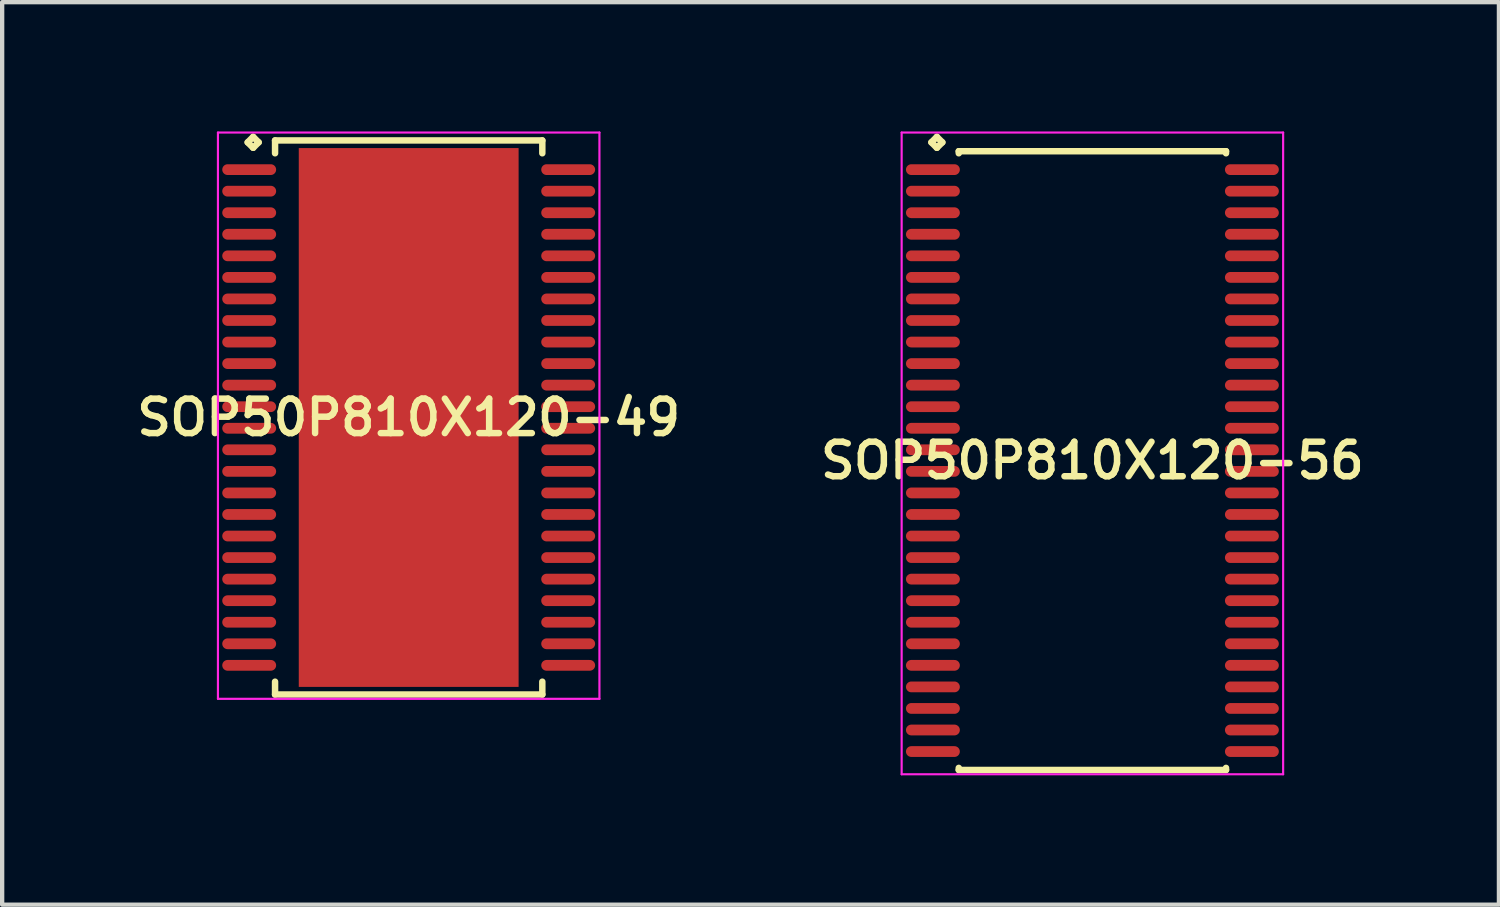
<source format=kicad_pcb>
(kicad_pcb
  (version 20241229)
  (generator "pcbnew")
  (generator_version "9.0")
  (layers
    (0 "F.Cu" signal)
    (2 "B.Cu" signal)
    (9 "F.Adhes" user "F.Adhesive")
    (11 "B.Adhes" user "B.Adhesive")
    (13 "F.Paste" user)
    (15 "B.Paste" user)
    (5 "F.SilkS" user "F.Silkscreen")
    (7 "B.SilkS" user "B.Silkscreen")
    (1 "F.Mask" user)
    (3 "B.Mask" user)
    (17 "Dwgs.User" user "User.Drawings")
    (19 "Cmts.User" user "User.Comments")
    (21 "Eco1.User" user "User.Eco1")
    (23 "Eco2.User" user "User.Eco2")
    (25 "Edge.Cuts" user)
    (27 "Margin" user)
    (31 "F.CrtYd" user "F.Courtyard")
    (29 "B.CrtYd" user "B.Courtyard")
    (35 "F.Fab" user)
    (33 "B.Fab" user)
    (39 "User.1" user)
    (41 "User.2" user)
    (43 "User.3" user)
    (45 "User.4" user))
  (footprint "SOP50P810X120-56"
    (layer "F.Cu")
    (at 22.292 7.635)
    (property "Reference" "SOP50P810X120-56" (at 0 0 0) (layer "F.SilkS") (effects (font (size 0.8 0.8) (thickness 0.15))))
    (attr smd)
    (fp_line (start -3.735 -7.383) (end -3.608 -7.51) (stroke (width 0.15) (type solid)) (layer "F.SilkS"))
    (fp_line (start -3.608 -7.51) (end -3.481 -7.383) (stroke (width 0.15) (type solid)) (layer "F.SilkS"))
    (fp_line (start -3.608 -7.256) (end -3.735 -7.383) (stroke (width 0.15) (type solid)) (layer "F.SilkS"))
    (fp_line (start -3.481 -7.383) (end -3.608 -7.256) (stroke (width 0.15) (type solid)) (layer "F.SilkS"))
    (fp_line (start -3.1 -7.177) (end 3.1 -7.177) (stroke (width 0.15) (type solid)) (layer "F.SilkS"))
    (fp_line (start -3.1 -7.129) (end -3.1 -7.177) (stroke (width 0.15) (type solid)) (layer "F.SilkS"))
    (fp_line (start -3.1 7.129) (end -3.1 7.177) (stroke (width 0.15) (type solid)) (layer "F.SilkS"))
    (fp_line (start -3.1 7.177) (end 3.1 7.177) (stroke (width 0.15) (type solid)) (layer "F.SilkS"))
    (fp_line (start 3.1 -7.177) (end 3.1 -7.129) (stroke (width 0.15) (type solid)) (layer "F.SilkS"))
    (fp_line (start 3.1 7.177) (end 3.1 7.129) (stroke (width 0.15) (type solid)) (layer "F.SilkS"))
    (fp_line (start -4.425 -7.61) (end 4.425 -7.61) (stroke (width 0.05) (type solid)) (layer "F.CrtYd"))
    (fp_line (start -4.425 7.277) (end -4.425 -7.61) (stroke (width 0.05) (type solid)) (layer "F.CrtYd"))
    (fp_line (start 4.425 -7.61) (end 4.425 7.277) (stroke (width 0.05) (type solid)) (layer "F.CrtYd"))
    (fp_line (start 4.425 7.277) (end -4.425 7.277) (stroke (width 0.05) (type solid)) (layer "F.CrtYd"))
    (pad "1" smd oval (at -3.7 -6.75) (size 1.25 0.25) (layers "F.Cu" "F.Mask" "F.Paste"))
    (pad "2" smd oval (at -3.7 -6.25) (size 1.25 0.25) (layers "F.Cu" "F.Mask" "F.Paste"))
    (pad "3" smd oval (at -3.7 -5.75) (size 1.25 0.25) (layers "F.Cu" "F.Mask" "F.Paste"))
    (pad "4" smd oval (at -3.7 -5.25) (size 1.25 0.25) (layers "F.Cu" "F.Mask" "F.Paste"))
    (pad "5" smd oval (at -3.7 -4.75) (size 1.25 0.25) (layers "F.Cu" "F.Mask" "F.Paste"))
    (pad "6" smd oval (at -3.7 -4.25) (size 1.25 0.25) (layers "F.Cu" "F.Mask" "F.Paste"))
    (pad "7" smd oval (at -3.7 -3.75) (size 1.25 0.25) (layers "F.Cu" "F.Mask" "F.Paste"))
    (pad "8" smd oval (at -3.7 -3.25) (size 1.25 0.25) (layers "F.Cu" "F.Mask" "F.Paste"))
    (pad "9" smd oval (at -3.7 -2.75) (size 1.25 0.25) (layers "F.Cu" "F.Mask" "F.Paste"))
    (pad "10" smd oval (at -3.7 -2.25) (size 1.25 0.25) (layers "F.Cu" "F.Mask" "F.Paste"))
    (pad "11" smd oval (at -3.7 -1.75) (size 1.25 0.25) (layers "F.Cu" "F.Mask" "F.Paste"))
    (pad "12" smd oval (at -3.7 -1.25) (size 1.25 0.25) (layers "F.Cu" "F.Mask" "F.Paste"))
    (pad "13" smd oval (at -3.7 -0.75) (size 1.25 0.25) (layers "F.Cu" "F.Mask" "F.Paste"))
    (pad "14" smd oval (at -3.7 -0.25) (size 1.25 0.25) (layers "F.Cu" "F.Mask" "F.Paste"))
    (pad "15" smd oval (at -3.7 0.25) (size 1.25 0.25) (layers "F.Cu" "F.Mask" "F.Paste"))
    (pad "16" smd oval (at -3.7 0.75) (size 1.25 0.25) (layers "F.Cu" "F.Mask" "F.Paste"))
    (pad "17" smd oval (at -3.7 1.25) (size 1.25 0.25) (layers "F.Cu" "F.Mask" "F.Paste"))
    (pad "18" smd oval (at -3.7 1.75) (size 1.25 0.25) (layers "F.Cu" "F.Mask" "F.Paste"))
    (pad "19" smd oval (at -3.7 2.25) (size 1.25 0.25) (layers "F.Cu" "F.Mask" "F.Paste"))
    (pad "20" smd oval (at -3.7 2.75) (size 1.25 0.25) (layers "F.Cu" "F.Mask" "F.Paste"))
    (pad "21" smd oval (at -3.7 3.25) (size 1.25 0.25) (layers "F.Cu" "F.Mask" "F.Paste"))
    (pad "22" smd oval (at -3.7 3.75) (size 1.25 0.25) (layers "F.Cu" "F.Mask" "F.Paste"))
    (pad "23" smd oval (at -3.7 4.25) (size 1.25 0.25) (layers "F.Cu" "F.Mask" "F.Paste"))
    (pad "24" smd oval (at -3.7 4.75) (size 1.25 0.25) (layers "F.Cu" "F.Mask" "F.Paste"))
    (pad "25" smd oval (at -3.7 5.25) (size 1.25 0.25) (layers "F.Cu" "F.Mask" "F.Paste"))
    (pad "26" smd oval (at -3.7 5.75) (size 1.25 0.25) (layers "F.Cu" "F.Mask" "F.Paste"))
    (pad "27" smd oval (at -3.7 6.25) (size 1.25 0.25) (layers "F.Cu" "F.Mask" "F.Paste"))
    (pad "28" smd oval (at -3.7 6.75) (size 1.25 0.25) (layers "F.Cu" "F.Mask" "F.Paste"))
    (pad "29" smd oval (at 3.7 6.75) (size 1.25 0.25) (layers "F.Cu" "F.Mask" "F.Paste"))
    (pad "30" smd oval (at 3.7 6.25) (size 1.25 0.25) (layers "F.Cu" "F.Mask" "F.Paste"))
    (pad "31" smd oval (at 3.7 5.75) (size 1.25 0.25) (layers "F.Cu" "F.Mask" "F.Paste"))
    (pad "32" smd oval (at 3.7 5.25) (size 1.25 0.25) (layers "F.Cu" "F.Mask" "F.Paste"))
    (pad "33" smd oval (at 3.7 4.75) (size 1.25 0.25) (layers "F.Cu" "F.Mask" "F.Paste"))
    (pad "34" smd oval (at 3.7 4.25) (size 1.25 0.25) (layers "F.Cu" "F.Mask" "F.Paste"))
    (pad "35" smd oval (at 3.7 3.75) (size 1.25 0.25) (layers "F.Cu" "F.Mask" "F.Paste"))
    (pad "36" smd oval (at 3.7 3.25) (size 1.25 0.25) (layers "F.Cu" "F.Mask" "F.Paste"))
    (pad "37" smd oval (at 3.7 2.75) (size 1.25 0.25) (layers "F.Cu" "F.Mask" "F.Paste"))
    (pad "38" smd oval (at 3.7 2.25) (size 1.25 0.25) (layers "F.Cu" "F.Mask" "F.Paste"))
    (pad "39" smd oval (at 3.7 1.75) (size 1.25 0.25) (layers "F.Cu" "F.Mask" "F.Paste"))
    (pad "40" smd oval (at 3.7 1.25) (size 1.25 0.25) (layers "F.Cu" "F.Mask" "F.Paste"))
    (pad "41" smd oval (at 3.7 0.75) (size 1.25 0.25) (layers "F.Cu" "F.Mask" "F.Paste"))
    (pad "42" smd oval (at 3.7 0.25) (size 1.25 0.25) (layers "F.Cu" "F.Mask" "F.Paste"))
    (pad "43" smd oval (at 3.7 -0.25) (size 1.25 0.25) (layers "F.Cu" "F.Mask" "F.Paste"))
    (pad "44" smd oval (at 3.7 -0.75) (size 1.25 0.25) (layers "F.Cu" "F.Mask" "F.Paste"))
    (pad "45" smd oval (at 3.7 -1.25) (size 1.25 0.25) (layers "F.Cu" "F.Mask" "F.Paste"))
    (pad "46" smd oval (at 3.7 -1.75) (size 1.25 0.25) (layers "F.Cu" "F.Mask" "F.Paste"))
    (pad "47" smd oval (at 3.7 -2.25) (size 1.25 0.25) (layers "F.Cu" "F.Mask" "F.Paste"))
    (pad "48" smd oval (at 3.7 -2.75) (size 1.25 0.25) (layers "F.Cu" "F.Mask" "F.Paste"))
    (pad "49" smd oval (at 3.7 -3.25) (size 1.25 0.25) (layers "F.Cu" "F.Mask" "F.Paste"))
    (pad "50" smd oval (at 3.7 -3.75) (size 1.25 0.25) (layers "F.Cu" "F.Mask" "F.Paste"))
    (pad "51" smd oval (at 3.7 -4.25) (size 1.25 0.25) (layers "F.Cu" "F.Mask" "F.Paste"))
    (pad "52" smd oval (at 3.7 -4.75) (size 1.25 0.25) (layers "F.Cu" "F.Mask" "F.Paste"))
    (pad "53" smd oval (at 3.7 -5.25) (size 1.25 0.25) (layers "F.Cu" "F.Mask" "F.Paste"))
    (pad "54" smd oval (at 3.7 -5.75) (size 1.25 0.25) (layers "F.Cu" "F.Mask" "F.Paste"))
    (pad "55" smd oval (at 3.7 -6.25) (size 1.25 0.25) (layers "F.Cu" "F.Mask" "F.Paste"))
    (pad "56" smd oval (at 3.7 -6.75) (size 1.25 0.25) (layers "F.Cu" "F.Mask" "F.Paste")))
  (footprint "SOP50P810X120-49"
    (layer "F.Cu")
    (at 6.431 6.635)
    (property "Reference" "SOP50P810X120-49" (at 0 0 0) (layer "F.SilkS") (effects (font (size 0.8 0.8) (thickness 0.15))))
    (attr smd)
    (fp_line (start -3.735 -6.383) (end -3.608 -6.51) (stroke (width 0.15) (type solid)) (layer "F.SilkS"))
    (fp_line (start -3.608 -6.51) (end -3.481 -6.383) (stroke (width 0.15) (type solid)) (layer "F.SilkS"))
    (fp_line (start -3.608 -6.256) (end -3.735 -6.383) (stroke (width 0.15) (type solid)) (layer "F.SilkS"))
    (fp_line (start -3.481 -6.383) (end -3.608 -6.256) (stroke (width 0.15) (type solid)) (layer "F.SilkS"))
    (fp_line (start -3.1 -6.427) (end 3.1 -6.427) (stroke (width 0.15) (type solid)) (layer "F.SilkS"))
    (fp_line (start -3.1 -6.129) (end -3.1 -6.427) (stroke (width 0.15) (type solid)) (layer "F.SilkS"))
    (fp_line (start -3.1 6.129) (end -3.1 6.427) (stroke (width 0.15) (type solid)) (layer "F.SilkS"))
    (fp_line (start -3.1 6.427) (end 3.1 6.427) (stroke (width 0.15) (type solid)) (layer "F.SilkS"))
    (fp_line (start 3.1 -6.427) (end 3.1 -6.129) (stroke (width 0.15) (type solid)) (layer "F.SilkS"))
    (fp_line (start 3.1 6.427) (end 3.1 6.129) (stroke (width 0.15) (type solid)) (layer "F.SilkS"))
    (fp_line (start -4.425 -6.61) (end 4.425 -6.61) (stroke (width 0.05) (type solid)) (layer "F.CrtYd"))
    (fp_line (start -4.425 6.527) (end -4.425 -6.61) (stroke (width 0.05) (type solid)) (layer "F.CrtYd"))
    (fp_line (start 4.425 -6.61) (end 4.425 6.527) (stroke (width 0.05) (type solid)) (layer "F.CrtYd"))
    (fp_line (start 4.425 6.527) (end -4.425 6.527) (stroke (width 0.05) (type solid)) (layer "F.CrtYd"))
    (pad "1" smd oval (at -3.7 -5.75) (size 1.25 0.25) (layers "F.Cu" "F.Mask" "F.Paste"))
    (pad "2" smd oval (at -3.7 -5.25) (size 1.25 0.25) (layers "F.Cu" "F.Mask" "F.Paste"))
    (pad "3" smd oval (at -3.7 -4.75) (size 1.25 0.25) (layers "F.Cu" "F.Mask" "F.Paste"))
    (pad "4" smd oval (at -3.7 -4.25) (size 1.25 0.25) (layers "F.Cu" "F.Mask" "F.Paste"))
    (pad "5" smd oval (at -3.7 -3.75) (size 1.25 0.25) (layers "F.Cu" "F.Mask" "F.Paste"))
    (pad "6" smd oval (at -3.7 -3.25) (size 1.25 0.25) (layers "F.Cu" "F.Mask" "F.Paste"))
    (pad "7" smd oval (at -3.7 -2.75) (size 1.25 0.25) (layers "F.Cu" "F.Mask" "F.Paste"))
    (pad "8" smd oval (at -3.7 -2.25) (size 1.25 0.25) (layers "F.Cu" "F.Mask" "F.Paste"))
    (pad "9" smd oval (at -3.7 -1.75) (size 1.25 0.25) (layers "F.Cu" "F.Mask" "F.Paste"))
    (pad "10" smd oval (at -3.7 -1.25) (size 1.25 0.25) (layers "F.Cu" "F.Mask" "F.Paste"))
    (pad "11" smd oval (at -3.7 -0.75) (size 1.25 0.25) (layers "F.Cu" "F.Mask" "F.Paste"))
    (pad "12" smd oval (at -3.7 -0.25) (size 1.25 0.25) (layers "F.Cu" "F.Mask" "F.Paste"))
    (pad "13" smd oval (at -3.7 0.25) (size 1.25 0.25) (layers "F.Cu" "F.Mask" "F.Paste"))
    (pad "14" smd oval (at -3.7 0.75) (size 1.25 0.25) (layers "F.Cu" "F.Mask" "F.Paste"))
    (pad "15" smd oval (at -3.7 1.25) (size 1.25 0.25) (layers "F.Cu" "F.Mask" "F.Paste"))
    (pad "16" smd oval (at -3.7 1.75) (size 1.25 0.25) (layers "F.Cu" "F.Mask" "F.Paste"))
    (pad "17" smd oval (at -3.7 2.25) (size 1.25 0.25) (layers "F.Cu" "F.Mask" "F.Paste"))
    (pad "18" smd oval (at -3.7 2.75) (size 1.25 0.25) (layers "F.Cu" "F.Mask" "F.Paste"))
    (pad "19" smd oval (at -3.7 3.25) (size 1.25 0.25) (layers "F.Cu" "F.Mask" "F.Paste"))
    (pad "20" smd oval (at -3.7 3.75) (size 1.25 0.25) (layers "F.Cu" "F.Mask" "F.Paste"))
    (pad "21" smd oval (at -3.7 4.25) (size 1.25 0.25) (layers "F.Cu" "F.Mask" "F.Paste"))
    (pad "22" smd oval (at -3.7 4.75) (size 1.25 0.25) (layers "F.Cu" "F.Mask" "F.Paste"))
    (pad "23" smd oval (at -3.7 5.25) (size 1.25 0.25) (layers "F.Cu" "F.Mask" "F.Paste"))
    (pad "24" smd oval (at -3.7 5.75) (size 1.25 0.25) (layers "F.Cu" "F.Mask" "F.Paste"))
    (pad "25" smd oval (at 3.7 5.75) (size 1.25 0.25) (layers "F.Cu" "F.Mask" "F.Paste"))
    (pad "26" smd oval (at 3.7 5.25) (size 1.25 0.25) (layers "F.Cu" "F.Mask" "F.Paste"))
    (pad "27" smd oval (at 3.7 4.75) (size 1.25 0.25) (layers "F.Cu" "F.Mask" "F.Paste"))
    (pad "28" smd oval (at 3.7 4.25) (size 1.25 0.25) (layers "F.Cu" "F.Mask" "F.Paste"))
    (pad "29" smd oval (at 3.7 3.75) (size 1.25 0.25) (layers "F.Cu" "F.Mask" "F.Paste"))
    (pad "30" smd oval (at 3.7 3.25) (size 1.25 0.25) (layers "F.Cu" "F.Mask" "F.Paste"))
    (pad "31" smd oval (at 3.7 2.75) (size 1.25 0.25) (layers "F.Cu" "F.Mask" "F.Paste"))
    (pad "32" smd oval (at 3.7 2.25) (size 1.25 0.25) (layers "F.Cu" "F.Mask" "F.Paste"))
    (pad "33" smd oval (at 3.7 1.75) (size 1.25 0.25) (layers "F.Cu" "F.Mask" "F.Paste"))
    (pad "34" smd oval (at 3.7 1.25) (size 1.25 0.25) (layers "F.Cu" "F.Mask" "F.Paste"))
    (pad "35" smd oval (at 3.7 0.75) (size 1.25 0.25) (layers "F.Cu" "F.Mask" "F.Paste"))
    (pad "36" smd oval (at 3.7 0.25) (size 1.25 0.25) (layers "F.Cu" "F.Mask" "F.Paste"))
    (pad "37" smd oval (at 3.7 -0.25) (size 1.25 0.25) (layers "F.Cu" "F.Mask" "F.Paste"))
    (pad "38" smd oval (at 3.7 -0.75) (size 1.25 0.25) (layers "F.Cu" "F.Mask" "F.Paste"))
    (pad "39" smd oval (at 3.7 -1.25) (size 1.25 0.25) (layers "F.Cu" "F.Mask" "F.Paste"))
    (pad "40" smd oval (at 3.7 -1.75) (size 1.25 0.25) (layers "F.Cu" "F.Mask" "F.Paste"))
    (pad "41" smd oval (at 3.7 -2.25) (size 1.25 0.25) (layers "F.Cu" "F.Mask" "F.Paste"))
    (pad "42" smd oval (at 3.7 -2.75) (size 1.25 0.25) (layers "F.Cu" "F.Mask" "F.Paste"))
    (pad "43" smd oval (at 3.7 -3.25) (size 1.25 0.25) (layers "F.Cu" "F.Mask" "F.Paste"))
    (pad "44" smd oval (at 3.7 -3.75) (size 1.25 0.25) (layers "F.Cu" "F.Mask" "F.Paste"))
    (pad "45" smd oval (at 3.7 -4.25) (size 1.25 0.25) (layers "F.Cu" "F.Mask" "F.Paste"))
    (pad "46" smd oval (at 3.7 -4.75) (size 1.25 0.25) (layers "F.Cu" "F.Mask" "F.Paste"))
    (pad "47" smd oval (at 3.7 -5.25) (size 1.25 0.25) (layers "F.Cu" "F.Mask" "F.Paste"))
    (pad "48" smd oval (at 3.7 -5.75) (size 1.25 0.25) (layers "F.Cu" "F.Mask" "F.Paste"))
    (pad "49" smd rect (at 0 0) (size 5.1 12.5) (layers "F.Cu" "F.Mask" "F.Paste")))
  (gr_rect
    (start -3 -3)
    (end 31.723 17.937)
    (stroke (width 0.1) (type default))
    (fill no)
    (layer "Edge.Cuts")))
</source>
